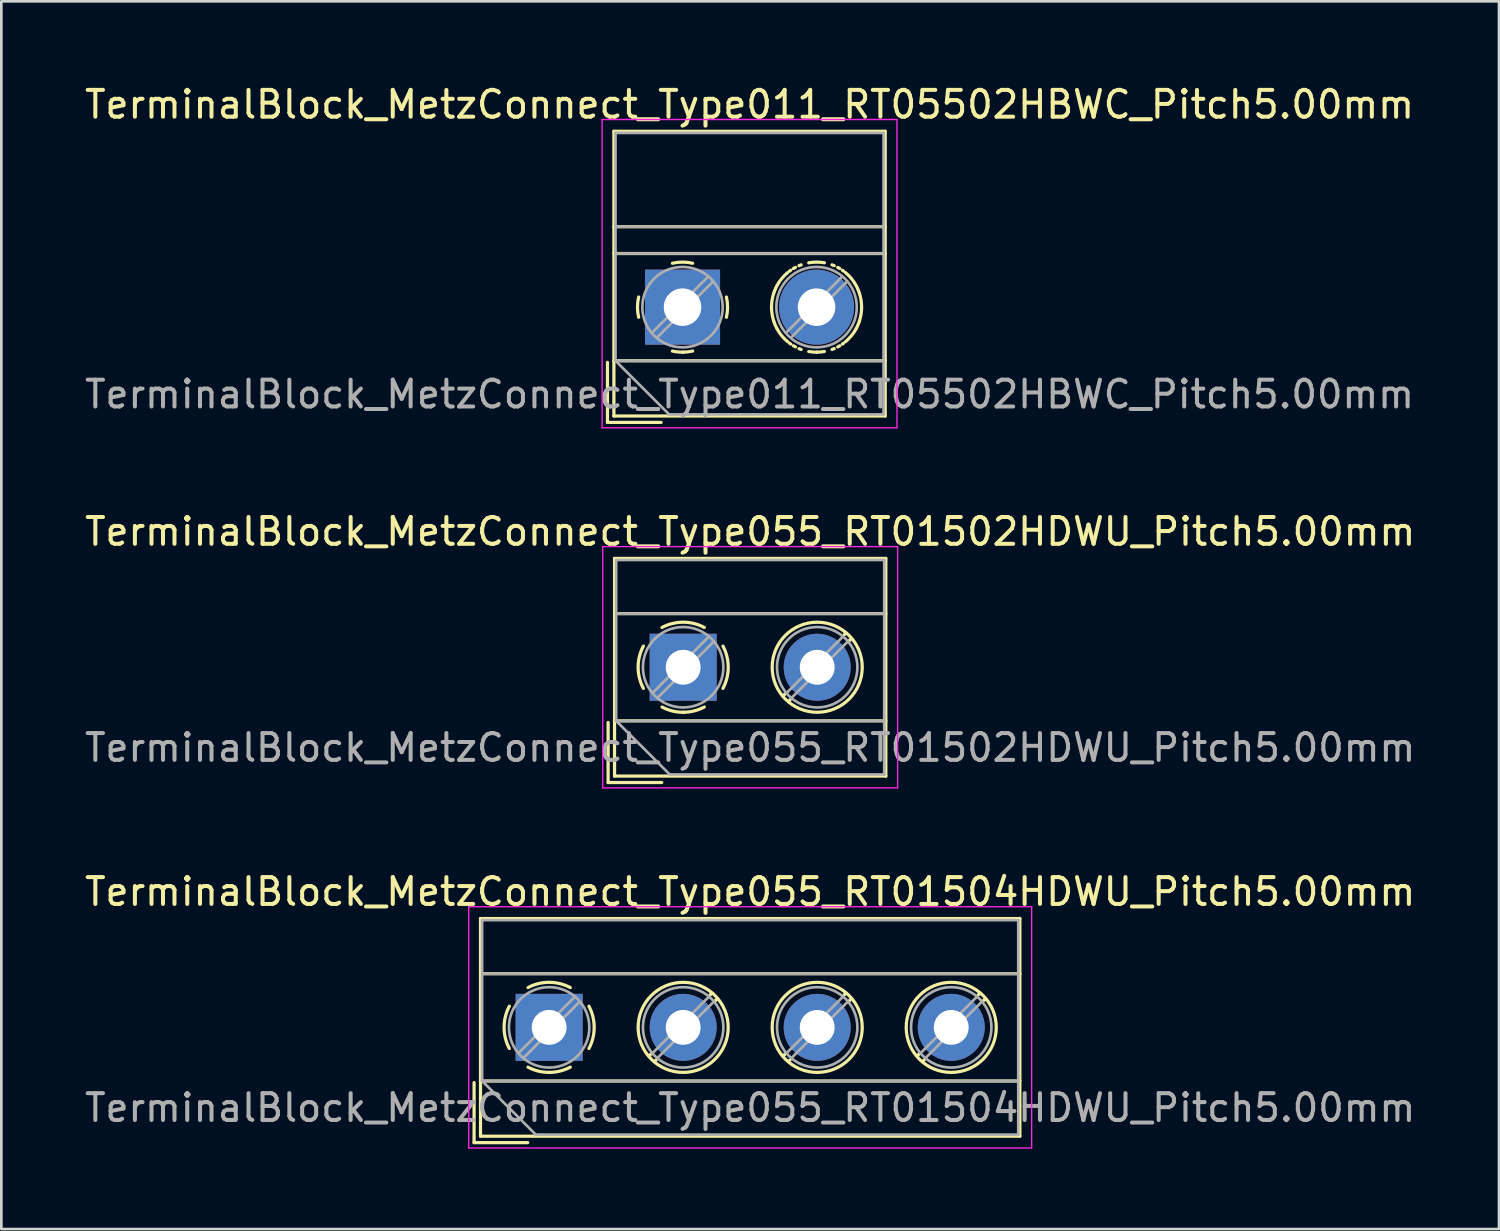
<source format=kicad_pcb>
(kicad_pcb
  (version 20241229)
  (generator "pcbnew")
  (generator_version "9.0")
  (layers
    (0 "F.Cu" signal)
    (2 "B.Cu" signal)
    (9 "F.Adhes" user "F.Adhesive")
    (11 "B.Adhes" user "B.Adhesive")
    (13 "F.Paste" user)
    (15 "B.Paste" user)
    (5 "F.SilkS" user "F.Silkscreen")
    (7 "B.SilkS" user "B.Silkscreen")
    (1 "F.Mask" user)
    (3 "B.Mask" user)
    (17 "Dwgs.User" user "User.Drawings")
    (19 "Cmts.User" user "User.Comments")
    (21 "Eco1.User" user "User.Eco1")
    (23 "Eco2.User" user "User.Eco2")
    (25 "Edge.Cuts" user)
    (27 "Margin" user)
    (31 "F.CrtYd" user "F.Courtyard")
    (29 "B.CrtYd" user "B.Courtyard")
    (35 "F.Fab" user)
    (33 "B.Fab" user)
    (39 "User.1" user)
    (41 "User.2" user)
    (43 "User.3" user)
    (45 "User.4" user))
  (footprint "TerminalBlock_MetzConnect_Type055_RT01502HDWU_Pitch5.00mm"
    (layer "F.Cu")
    (at 22.435 21.841)
    (property "Reference" "TerminalBlock_MetzConnect_Type055_RT01502HDWU_Pitch5.00mm" (at 2.5 -5.06 0) (layer "F.SilkS") (effects (font (size 1 1) (thickness 0.15))))
    (attr through_hole)
    (fp_line (start -2.8 2.06) (end -2.8 4.3) (stroke (width 0.12) (type solid)) (layer "F.SilkS"))
    (fp_line (start -2.8 4.3) (end -0.8 4.3) (stroke (width 0.12) (type solid)) (layer "F.SilkS"))
    (fp_line (start -2.56 -4.06) (end -2.56 4.06) (stroke (width 0.12) (type solid)) (layer "F.SilkS"))
    (fp_line (start -2.56 -2) (end 7.56 -2) (stroke (width 0.12) (type solid)) (layer "F.SilkS"))
    (fp_line (start -2.56 2) (end 7.56 2) (stroke (width 0.12) (type solid)) (layer "F.SilkS"))
    (fp_line (start -2.56 4.06) (end 7.56 4.06) (stroke (width 0.12) (type solid)) (layer "F.SilkS"))
    (fp_line (start 3.82 0.976) (end 3.726 1.069) (stroke (width 0.12) (type solid)) (layer "F.SilkS"))
    (fp_line (start 3.99 1.216) (end 3.931 1.274) (stroke (width 0.12) (type solid)) (layer "F.SilkS"))
    (fp_line (start 6.07 -1.275) (end 6.011 -1.216) (stroke (width 0.12) (type solid)) (layer "F.SilkS"))
    (fp_line (start 6.275 -1.069) (end 6.181 -0.976) (stroke (width 0.12) (type solid)) (layer "F.SilkS"))
    (fp_line (start 7.56 -4.06) (end -2.56 -4.06) (stroke (width 0.12) (type solid)) (layer "F.SilkS"))
    (fp_line (start 7.56 4.06) (end 7.56 -4.06) (stroke (width 0.12) (type solid)) (layer "F.SilkS"))
    (fp_arc (start -1.483953 0.789089) (mid -1.680708 0.00005) (end -1.484 -0.789) (stroke (width 0.12) (type solid)) (layer "F.SilkS"))
    (fp_arc (start -0.789089 -1.483953) (mid -0.00005 -1.680708) (end 0.789 -1.484) (stroke (width 0.12) (type solid)) (layer "F.SilkS"))
    (fp_arc (start 0.029383 1.68045) (mid -0.392304 1.634281) (end -0.789 1.484) (stroke (width 0.12) (type solid)) (layer "F.SilkS"))
    (fp_arc (start 0.788712 1.483352) (mid 0.406429 1.630097) (end 0 1.68) (stroke (width 0.12) (type solid)) (layer "F.SilkS"))
    (fp_arc (start 1.483953 -0.789089) (mid 1.680708 -0.00005) (end 1.484 0.789) (stroke (width 0.12) (type solid)) (layer "F.SilkS"))
    (fp_circle (center 5 0) (end 6.68 0) (stroke (width 0.12) (type solid)) (fill no) (layer "F.SilkS"))
    (fp_line (start -3 -4.5) (end -3 4.5) (stroke (width 0.05) (type solid)) (layer "F.CrtYd"))
    (fp_line (start -3 4.5) (end 8 4.5) (stroke (width 0.05) (type solid)) (layer "F.CrtYd"))
    (fp_line (start 8 -4.5) (end -3 -4.5) (stroke (width 0.05) (type solid)) (layer "F.CrtYd"))
    (fp_line (start 8 4.5) (end 8 -4.5) (stroke (width 0.05) (type solid)) (layer "F.CrtYd"))
    (fp_line (start -2.5 -4) (end 7.5 -4) (stroke (width 0.1) (type solid)) (layer "F.Fab"))
    (fp_line (start -2.5 -2) (end 7.5 -2) (stroke (width 0.1) (type solid)) (layer "F.Fab"))
    (fp_line (start -2.5 2) (end -2.5 -4) (stroke (width 0.1) (type solid)) (layer "F.Fab"))
    (fp_line (start -2.5 2) (end 7.5 2) (stroke (width 0.1) (type solid)) (layer "F.Fab"))
    (fp_line (start -0.5 4) (end -2.5 2) (stroke (width 0.1) (type solid)) (layer "F.Fab"))
    (fp_line (start 0.955 -1.138) (end -1.138 0.955) (stroke (width 0.1) (type solid)) (layer "F.Fab"))
    (fp_line (start 1.138 -0.955) (end -0.955 1.138) (stroke (width 0.1) (type solid)) (layer "F.Fab"))
    (fp_line (start 5.955 -1.138) (end 3.863 0.955) (stroke (width 0.1) (type solid)) (layer "F.Fab"))
    (fp_line (start 6.138 -0.955) (end 4.046 1.138) (stroke (width 0.1) (type solid)) (layer "F.Fab"))
    (fp_line (start 7.5 -4) (end 7.5 4) (stroke (width 0.1) (type solid)) (layer "F.Fab"))
    (fp_line (start 7.5 4) (end -0.5 4) (stroke (width 0.1) (type solid)) (layer "F.Fab"))
    (fp_circle (center 0 0) (end 1.5 0) (stroke (width 0.1) (type solid)) (fill no) (layer "F.Fab"))
    (fp_circle (center 5 0) (end 6.5 0) (stroke (width 0.1) (type solid)) (fill no) (layer "F.Fab"))
    (fp_text user "${REFERENCE}" (at 2.5 3 0) (layer "F.Fab") (effects (font (size 1 1) (thickness 0.15))))
    (pad "1" thru_hole rect (at 0 0) (size 2.5 2.5) (drill 1.3) (layers "*.Cu" "*.Mask"))
    (pad "2" thru_hole circle (at 5 0) (size 2.5 2.5) (drill 1.3) (layers "*.Cu" "*.Mask")))
  (footprint "TerminalBlock_MetzConnect_Type011_RT05502HBWC_Pitch5.00mm"
    (layer "F.Cu")
    (at 22.411 8.408)
    (property "Reference" "TerminalBlock_MetzConnect_Type011_RT05502HBWC_Pitch5.00mm" (at 2.5 -7.56 0) (layer "F.SilkS") (effects (font (size 1 1) (thickness 0.15))))
    (attr through_hole)
    (fp_line (start -2.8 2.06) (end -2.8 4.3) (stroke (width 0.12) (type solid)) (layer "F.SilkS"))
    (fp_line (start -2.8 4.3) (end -0.8 4.3) (stroke (width 0.12) (type solid)) (layer "F.SilkS"))
    (fp_line (start -2.56 -6.56) (end -2.56 4.06) (stroke (width 0.12) (type solid)) (layer "F.SilkS"))
    (fp_line (start -2.56 -3) (end 7.56 -3) (stroke (width 0.12) (type solid)) (layer "F.SilkS"))
    (fp_line (start -2.56 -2) (end 7.56 -2) (stroke (width 0.12) (type solid)) (layer "F.SilkS"))
    (fp_line (start -2.56 2) (end 7.56 2) (stroke (width 0.12) (type solid)) (layer "F.SilkS"))
    (fp_line (start -2.56 4.06) (end 7.56 4.06) (stroke (width 0.12) (type solid)) (layer "F.SilkS"))
    (fp_line (start 7.56 -6.56) (end -2.56 -6.56) (stroke (width 0.12) (type solid)) (layer "F.SilkS"))
    (fp_line (start 7.56 4.06) (end 7.56 -6.56) (stroke (width 0.12) (type solid)) (layer "F.SilkS"))
    (fp_arc (start -1.637469 0.376971) (mid -1.680301 -0.001041) (end -1.637 -0.379) (stroke (width 0.12) (type solid)) (layer "F.SilkS"))
    (fp_arc (start -0.376971 -1.637469) (mid 0.001041 -1.680301) (end 0.379 -1.637) (stroke (width 0.12) (type solid)) (layer "F.SilkS"))
    (fp_arc (start 0.028284 1.680063) (mid -0.176675 1.670987) (end -0.379 1.637) (stroke (width 0.12) (type solid)) (layer "F.SilkS"))
    (fp_arc (start 0.377918 1.636942) (mid 0.190182 1.669201) (end 0 1.68) (stroke (width 0.12) (type solid)) (layer "F.SilkS"))
    (fp_arc (start 1.63703 -0.377869) (mid 1.680075 0.000067) (end 1.637 0.378) (stroke (width 0.12) (type solid)) (layer "F.SilkS"))
    (fp_arc (start 3.402352 0.518004) (mid 3.320474 -0.001049) (end 3.403 -0.52) (stroke (width 0.12) (type solid)) (layer "F.SilkS"))
    (fp_arc (start 3.40259 -0.520111) (mid 3.416752 -0.561748) (end 3.432 -0.603) (stroke (width 0.12) (type solid)) (layer "F.SilkS"))
    (fp_arc (start 3.432351 0.601869) (mid 3.417133 0.560627) (end 3.403 0.519) (stroke (width 0.12) (type solid)) (layer "F.SilkS"))
    (fp_arc (start 3.443063 -0.630047) (mid 3.454296 -0.657124) (end 3.466 -0.684) (stroke (width 0.12) (type solid)) (layer "F.SilkS"))
    (fp_arc (start 3.465935 0.683955) (mid 3.454232 0.657078) (end 3.443 0.63) (stroke (width 0.12) (type solid)) (layer "F.SilkS"))
    (fp_arc (start 3.477739 -0.710304) (mid 3.496854 -0.749909) (end 3.517 -0.789) (stroke (width 0.12) (type solid)) (layer "F.SilkS"))
    (fp_arc (start 3.517244 0.788682) (mid 3.497107 0.749598) (end 3.478 0.71) (stroke (width 0.12) (type solid)) (layer "F.SilkS"))
    (fp_arc (start 3.53132 -0.815253) (mid 3.553164 -0.853419) (end 3.576 -0.891) (stroke (width 0.12) (type solid)) (layer "F.SilkS"))
    (fp_arc (start 3.575667 0.890765) (mid 3.552837 0.853175) (end 3.531 0.815) (stroke (width 0.12) (type solid)) (layer "F.SilkS"))
    (fp_arc (start 3.591155 -0.915521) (mid 3.615603 -0.952087) (end 3.641 -0.988) (stroke (width 0.12) (type solid)) (layer "F.SilkS"))
    (fp_arc (start 3.640818 0.987487) (mid 3.615435 0.95157) (end 3.591 0.915) (stroke (width 0.12) (type solid)) (layer "F.SilkS"))
    (fp_arc (start 3.677057 -1.035461) (mid 3.69533 -1.058392) (end 3.714 -1.081) (stroke (width 0.12) (type solid)) (layer "F.SilkS"))
    (fp_arc (start 3.712928 1.080576) (mid 3.694265 1.057949) (end 3.676 1.035) (stroke (width 0.12) (type solid)) (layer "F.SilkS"))
    (fp_arc (start 3.752399 -1.125248) (mid 3.782282 -1.157521) (end 3.813 -1.189) (stroke (width 0.12) (type solid)) (layer "F.SilkS"))
    (fp_arc (start 3.812536 1.187775) (mid 3.781851 1.156284) (end 3.752 1.124) (stroke (width 0.12) (type solid)) (layer "F.SilkS"))
    (fp_arc (start 3.85507 -1.229764) (mid 3.887654 -1.259313) (end 3.921 -1.288) (stroke (width 0.12) (type solid)) (layer "F.SilkS"))
    (fp_arc (start 3.92089 1.28724) (mid 3.887564 1.258551) (end 3.855 1.229) (stroke (width 0.12) (type solid)) (layer "F.SilkS"))
    (fp_arc (start 3.98953 -1.342553) (mid 4.013115 -1.359984) (end 4.037 -1.377) (stroke (width 0.12) (type solid)) (layer "F.SilkS"))
    (fp_arc (start 4.036451 1.376466) (mid 4.012575 1.35944) (end 3.989 1.342) (stroke (width 0.12) (type solid)) (layer "F.SilkS"))
    (fp_arc (start 4.135413 -1.440725) (mid 4.173423 -1.462864) (end 4.212 -1.484) (stroke (width 0.12) (type solid)) (layer "F.SilkS"))
    (fp_arc (start 4.211549 1.483297) (mid 4.172991 1.46215) (end 4.135 1.44) (stroke (width 0.12) (type solid)) (layer "F.SilkS"))
    (fp_arc (start 4.344148 -1.546795) (mid 4.384863 -1.563433) (end 4.426 -1.579) (stroke (width 0.12) (type solid)) (layer "F.SilkS"))
    (fp_arc (start 4.425863 1.579212) (mid 4.384721 1.563642) (end 4.344 1.547) (stroke (width 0.12) (type solid)) (layer "F.SilkS"))
    (fp_arc (start 4.708347 -1.655061) (mid 5.000176 -1.680562) (end 5.292 -1.655) (stroke (width 0.12) (type solid)) (layer "F.SilkS"))
    (fp_arc (start 5.029154 1.680309) (mid 4.867969 1.675367) (end 4.708 1.655) (stroke (width 0.12) (type solid)) (layer "F.SilkS"))
    (fp_arc (start 5.291729 1.654477) (mid 5.146422 1.673607) (end 5 1.68) (stroke (width 0.12) (type solid)) (layer "F.SilkS"))
    (fp_arc (start 5.575136 -1.579265) (mid 5.616279 -1.563669) (end 5.657 -1.547) (stroke (width 0.12) (type solid)) (layer "F.SilkS"))
    (fp_arc (start 5.65685 1.546743) (mid 5.616136 1.563407) (end 5.575 1.579) (stroke (width 0.12) (type solid)) (layer "F.SilkS"))
    (fp_arc (start 5.789449 -1.483349) (mid 5.828008 -1.462175) (end 5.866 -1.44) (stroke (width 0.12) (type solid)) (layer "F.SilkS"))
    (fp_arc (start 5.865585 1.440673) (mid 5.827576 1.462838) (end 5.789 1.484) (stroke (width 0.12) (type solid)) (layer "F.SilkS"))
    (fp_arc (start 5.964548 -1.376501) (mid 5.988425 -1.359458) (end 6.012 -1.342) (stroke (width 0.12) (type solid)) (layer "F.SilkS"))
    (fp_arc (start 6.011469 1.342518) (mid 5.987885 1.359966) (end 5.964 1.377) (stroke (width 0.12) (type solid)) (layer "F.SilkS"))
    (fp_arc (start 6.080109 -1.287293) (mid 6.113436 -1.258578) (end 6.146 -1.229) (stroke (width 0.12) (type solid)) (layer "F.SilkS"))
    (fp_arc (start 6.145876 1.228713) (mid 6.113319 1.258288) (end 6.08 1.287) (stroke (width 0.12) (type solid)) (layer "F.SilkS"))
    (fp_arc (start 6.18841 -1.188826) (mid 6.219123 -1.15731) (end 6.249 -1.125) (stroke (width 0.12) (type solid)) (layer "F.SilkS"))
    (fp_arc (start 6.248547 1.124197) (mid 6.218691 1.156495) (end 6.188 1.188) (stroke (width 0.12) (type solid)) (layer "F.SilkS"))
    (fp_arc (start 6.287072 -1.080576) (mid 6.305735 -1.057949) (end 6.324 -1.035) (stroke (width 0.12) (type solid)) (layer "F.SilkS"))
    (fp_arc (start 6.323907 1.034426) (mid 6.305652 1.057374) (end 6.287 1.08) (stroke (width 0.12) (type solid)) (layer "F.SilkS"))
    (fp_arc (start 6.36018 -0.98754) (mid 6.385565 -0.951596) (end 6.41 -0.915) (stroke (width 0.12) (type solid)) (layer "F.SilkS"))
    (fp_arc (start 6.409844 0.915469) (mid 6.385397 0.952061) (end 6.36 0.988) (stroke (width 0.12) (type solid)) (layer "F.SilkS"))
    (fp_arc (start 6.425332 -0.890817) (mid 6.448162 -0.853201) (end 6.47 -0.815) (stroke (width 0.12) (type solid)) (layer "F.SilkS"))
    (fp_arc (start 6.469678 0.8152) (mid 6.447835 0.853392) (end 6.425 0.891) (stroke (width 0.12) (type solid)) (layer "F.SilkS"))
    (fp_arc (start 6.483754 -0.788735) (mid 6.503892 -0.749624) (end 6.523 -0.71) (stroke (width 0.12) (type solid)) (layer "F.SilkS"))
    (fp_arc (start 6.523259 0.710252) (mid 6.504145 0.749883) (end 6.484 0.789) (stroke (width 0.12) (type solid)) (layer "F.SilkS"))
    (fp_arc (start 6.535064 -0.68399) (mid 6.546768 -0.657095) (end 6.558 -0.63) (stroke (width 0.12) (type solid)) (layer "F.SilkS"))
    (fp_arc (start 6.557936 0.630013) (mid 6.546704 0.657107) (end 6.535 0.684) (stroke (width 0.12) (type solid)) (layer "F.SilkS"))
    (fp_arc (start 6.568595 -0.60292) (mid 6.58384 -0.561652) (end 6.598 -0.52) (stroke (width 0.12) (type solid)) (layer "F.SilkS"))
    (fp_arc (start 6.598408 0.520058) (mid 6.584247 0.561721) (end 6.569 0.603) (stroke (width 0.12) (type solid)) (layer "F.SilkS"))
    (fp_arc (start 6.598457 -0.518592) (mid 6.680477 0.00074) (end 6.598 0.52) (stroke (width 0.12) (type solid)) (layer "F.SilkS"))
    (fp_line (start -3 -7) (end -3 4.5) (stroke (width 0.05) (type solid)) (layer "F.CrtYd"))
    (fp_line (start -3 4.5) (end 8 4.5) (stroke (width 0.05) (type solid)) (layer "F.CrtYd"))
    (fp_line (start 8 -7) (end -3 -7) (stroke (width 0.05) (type solid)) (layer "F.CrtYd"))
    (fp_line (start 8 4.5) (end 8 -7) (stroke (width 0.05) (type solid)) (layer "F.CrtYd"))
    (fp_line (start -2.5 -6.5) (end 7.5 -6.5) (stroke (width 0.1) (type solid)) (layer "F.Fab"))
    (fp_line (start -2.5 -3) (end 7.5 -3) (stroke (width 0.1) (type solid)) (layer "F.Fab"))
    (fp_line (start -2.5 -2) (end 7.5 -2) (stroke (width 0.1) (type solid)) (layer "F.Fab"))
    (fp_line (start -2.5 2) (end -2.5 -6.5) (stroke (width 0.1) (type solid)) (layer "F.Fab"))
    (fp_line (start -2.5 2) (end 7.5 2) (stroke (width 0.1) (type solid)) (layer "F.Fab"))
    (fp_line (start -0.5 4) (end -2.5 2) (stroke (width 0.1) (type solid)) (layer "F.Fab"))
    (fp_line (start 0.955 -1.138) (end -1.138 0.955) (stroke (width 0.1) (type solid)) (layer "F.Fab"))
    (fp_line (start 1.138 -0.955) (end -0.955 1.138) (stroke (width 0.1) (type solid)) (layer "F.Fab"))
    (fp_line (start 5.955 -1.138) (end 3.863 0.955) (stroke (width 0.1) (type solid)) (layer "F.Fab"))
    (fp_line (start 6.138 -0.955) (end 4.046 1.138) (stroke (width 0.1) (type solid)) (layer "F.Fab"))
    (fp_line (start 7.5 -6.5) (end 7.5 4) (stroke (width 0.1) (type solid)) (layer "F.Fab"))
    (fp_line (start 7.5 4) (end -0.5 4) (stroke (width 0.1) (type solid)) (layer "F.Fab"))
    (fp_circle (center 0 0) (end 1.5 0) (stroke (width 0.1) (type solid)) (fill no) (layer "F.Fab"))
    (fp_circle (center 5 0) (end 6.5 0) (stroke (width 0.1) (type solid)) (fill no) (layer "F.Fab"))
    (fp_text user "${REFERENCE}" (at 2.5 3.25 0) (layer "F.Fab") (effects (font (size 1 1) (thickness 0.15))))
    (pad "1" thru_hole rect (at 0 0) (size 2.8 2.8) (drill 1.4) (layers "*.Cu" "*.Mask"))
    (pad "2" thru_hole circle (at 5 0) (size 2.8 2.8) (drill 1.4) (layers "*.Cu" "*.Mask")))
  (footprint "TerminalBlock_MetzConnect_Type055_RT01504HDWU_Pitch5.00mm"
    (layer "F.Cu")
    (at 17.435 35.275)
    (property "Reference" "TerminalBlock_MetzConnect_Type055_RT01504HDWU_Pitch5.00mm" (at 7.5 -5.06 0) (layer "F.SilkS") (effects (font (size 1 1) (thickness 0.15))))
    (attr through_hole)
    (fp_line (start -2.8 2.06) (end -2.8 4.3) (stroke (width 0.12) (type solid)) (layer "F.SilkS"))
    (fp_line (start -2.8 4.3) (end -0.8 4.3) (stroke (width 0.12) (type solid)) (layer "F.SilkS"))
    (fp_line (start -2.56 -4.06) (end -2.56 4.06) (stroke (width 0.12) (type solid)) (layer "F.SilkS"))
    (fp_line (start -2.56 -2) (end 17.56 -2) (stroke (width 0.12) (type solid)) (layer "F.SilkS"))
    (fp_line (start -2.56 2) (end 17.56 2) (stroke (width 0.12) (type solid)) (layer "F.SilkS"))
    (fp_line (start -2.56 4.06) (end 17.56 4.06) (stroke (width 0.12) (type solid)) (layer "F.SilkS"))
    (fp_line (start 3.82 0.976) (end 3.726 1.069) (stroke (width 0.12) (type solid)) (layer "F.SilkS"))
    (fp_line (start 3.99 1.216) (end 3.931 1.274) (stroke (width 0.12) (type solid)) (layer "F.SilkS"))
    (fp_line (start 6.07 -1.275) (end 6.011 -1.216) (stroke (width 0.12) (type solid)) (layer "F.SilkS"))
    (fp_line (start 6.275 -1.069) (end 6.181 -0.976) (stroke (width 0.12) (type solid)) (layer "F.SilkS"))
    (fp_line (start 8.82 0.976) (end 8.726 1.069) (stroke (width 0.12) (type solid)) (layer "F.SilkS"))
    (fp_line (start 8.99 1.216) (end 8.931 1.274) (stroke (width 0.12) (type solid)) (layer "F.SilkS"))
    (fp_line (start 11.07 -1.275) (end 11.011 -1.216) (stroke (width 0.12) (type solid)) (layer "F.SilkS"))
    (fp_line (start 11.275 -1.069) (end 11.181 -0.976) (stroke (width 0.12) (type solid)) (layer "F.SilkS"))
    (fp_line (start 13.82 0.976) (end 13.726 1.069) (stroke (width 0.12) (type solid)) (layer "F.SilkS"))
    (fp_line (start 13.99 1.216) (end 13.931 1.274) (stroke (width 0.12) (type solid)) (layer "F.SilkS"))
    (fp_line (start 16.07 -1.275) (end 16.011 -1.216) (stroke (width 0.12) (type solid)) (layer "F.SilkS"))
    (fp_line (start 16.275 -1.069) (end 16.181 -0.976) (stroke (width 0.12) (type solid)) (layer "F.SilkS"))
    (fp_line (start 17.56 -4.06) (end -2.56 -4.06) (stroke (width 0.12) (type solid)) (layer "F.SilkS"))
    (fp_line (start 17.56 4.06) (end 17.56 -4.06) (stroke (width 0.12) (type solid)) (layer "F.SilkS"))
    (fp_arc (start -1.483953 0.789089) (mid -1.680708 0.00005) (end -1.484 -0.789) (stroke (width 0.12) (type solid)) (layer "F.SilkS"))
    (fp_arc (start -0.789089 -1.483953) (mid -0.00005 -1.680708) (end 0.789 -1.484) (stroke (width 0.12) (type solid)) (layer "F.SilkS"))
    (fp_arc (start 0.029383 1.68045) (mid -0.392304 1.634281) (end -0.789 1.484) (stroke (width 0.12) (type solid)) (layer "F.SilkS"))
    (fp_arc (start 0.788712 1.483352) (mid 0.406429 1.630097) (end 0 1.68) (stroke (width 0.12) (type solid)) (layer "F.SilkS"))
    (fp_arc (start 1.483953 -0.789089) (mid 1.680708 -0.00005) (end 1.484 0.789) (stroke (width 0.12) (type solid)) (layer "F.SilkS"))
    (fp_circle (center 5 0) (end 6.68 0) (stroke (width 0.12) (type solid)) (fill no) (layer "F.SilkS"))
    (fp_circle (center 10 0) (end 11.68 0) (stroke (width 0.12) (type solid)) (fill no) (layer "F.SilkS"))
    (fp_circle (center 15 0) (end 16.68 0) (stroke (width 0.12) (type solid)) (fill no) (layer "F.SilkS"))
    (fp_line (start -3 -4.5) (end -3 4.5) (stroke (width 0.05) (type solid)) (layer "F.CrtYd"))
    (fp_line (start -3 4.5) (end 18 4.5) (stroke (width 0.05) (type solid)) (layer "F.CrtYd"))
    (fp_line (start 18 -4.5) (end -3 -4.5) (stroke (width 0.05) (type solid)) (layer "F.CrtYd"))
    (fp_line (start 18 4.5) (end 18 -4.5) (stroke (width 0.05) (type solid)) (layer "F.CrtYd"))
    (fp_line (start -2.5 -4) (end 17.5 -4) (stroke (width 0.1) (type solid)) (layer "F.Fab"))
    (fp_line (start -2.5 -2) (end 17.5 -2) (stroke (width 0.1) (type solid)) (layer "F.Fab"))
    (fp_line (start -2.5 2) (end -2.5 -4) (stroke (width 0.1) (type solid)) (layer "F.Fab"))
    (fp_line (start -2.5 2) (end 17.5 2) (stroke (width 0.1) (type solid)) (layer "F.Fab"))
    (fp_line (start -0.5 4) (end -2.5 2) (stroke (width 0.1) (type solid)) (layer "F.Fab"))
    (fp_line (start 0.955 -1.138) (end -1.138 0.955) (stroke (width 0.1) (type solid)) (layer "F.Fab"))
    (fp_line (start 1.138 -0.955) (end -0.955 1.138) (stroke (width 0.1) (type solid)) (layer "F.Fab"))
    (fp_line (start 5.955 -1.138) (end 3.863 0.955) (stroke (width 0.1) (type solid)) (layer "F.Fab"))
    (fp_line (start 6.138 -0.955) (end 4.046 1.138) (stroke (width 0.1) (type solid)) (layer "F.Fab"))
    (fp_line (start 10.955 -1.138) (end 8.863 0.955) (stroke (width 0.1) (type solid)) (layer "F.Fab"))
    (fp_line (start 11.138 -0.955) (end 9.046 1.138) (stroke (width 0.1) (type solid)) (layer "F.Fab"))
    (fp_line (start 15.955 -1.138) (end 13.863 0.955) (stroke (width 0.1) (type solid)) (layer "F.Fab"))
    (fp_line (start 16.138 -0.955) (end 14.046 1.138) (stroke (width 0.1) (type solid)) (layer "F.Fab"))
    (fp_line (start 17.5 -4) (end 17.5 4) (stroke (width 0.1) (type solid)) (layer "F.Fab"))
    (fp_line (start 17.5 4) (end -0.5 4) (stroke (width 0.1) (type solid)) (layer "F.Fab"))
    (fp_circle (center 0 0) (end 1.5 0) (stroke (width 0.1) (type solid)) (fill no) (layer "F.Fab"))
    (fp_circle (center 5 0) (end 6.5 0) (stroke (width 0.1) (type solid)) (fill no) (layer "F.Fab"))
    (fp_circle (center 10 0) (end 11.5 0) (stroke (width 0.1) (type solid)) (fill no) (layer "F.Fab"))
    (fp_circle (center 15 0) (end 16.5 0) (stroke (width 0.1) (type solid)) (fill no) (layer "F.Fab"))
    (fp_text user "${REFERENCE}" (at 7.5 3 0) (layer "F.Fab") (effects (font (size 1 1) (thickness 0.15))))
    (pad "1" thru_hole rect (at 0 0) (size 2.5 2.5) (drill 1.3) (layers "*.Cu" "*.Mask"))
    (pad "2" thru_hole circle (at 5 0) (size 2.5 2.5) (drill 1.3) (layers "*.Cu" "*.Mask"))
    (pad "3" thru_hole circle (at 10 0) (size 2.5 2.5) (drill 1.3) (layers "*.Cu" "*.Mask"))
    (pad "4" thru_hole circle (at 15 0) (size 2.5 2.5) (drill 1.3) (layers "*.Cu" "*.Mask")))
  (gr_rect
    (start -3 -3)
    (end 52.869 42.8)
    (stroke (width 0.1) (type default))
    (fill no)
    (layer "Edge.Cuts")))
</source>
